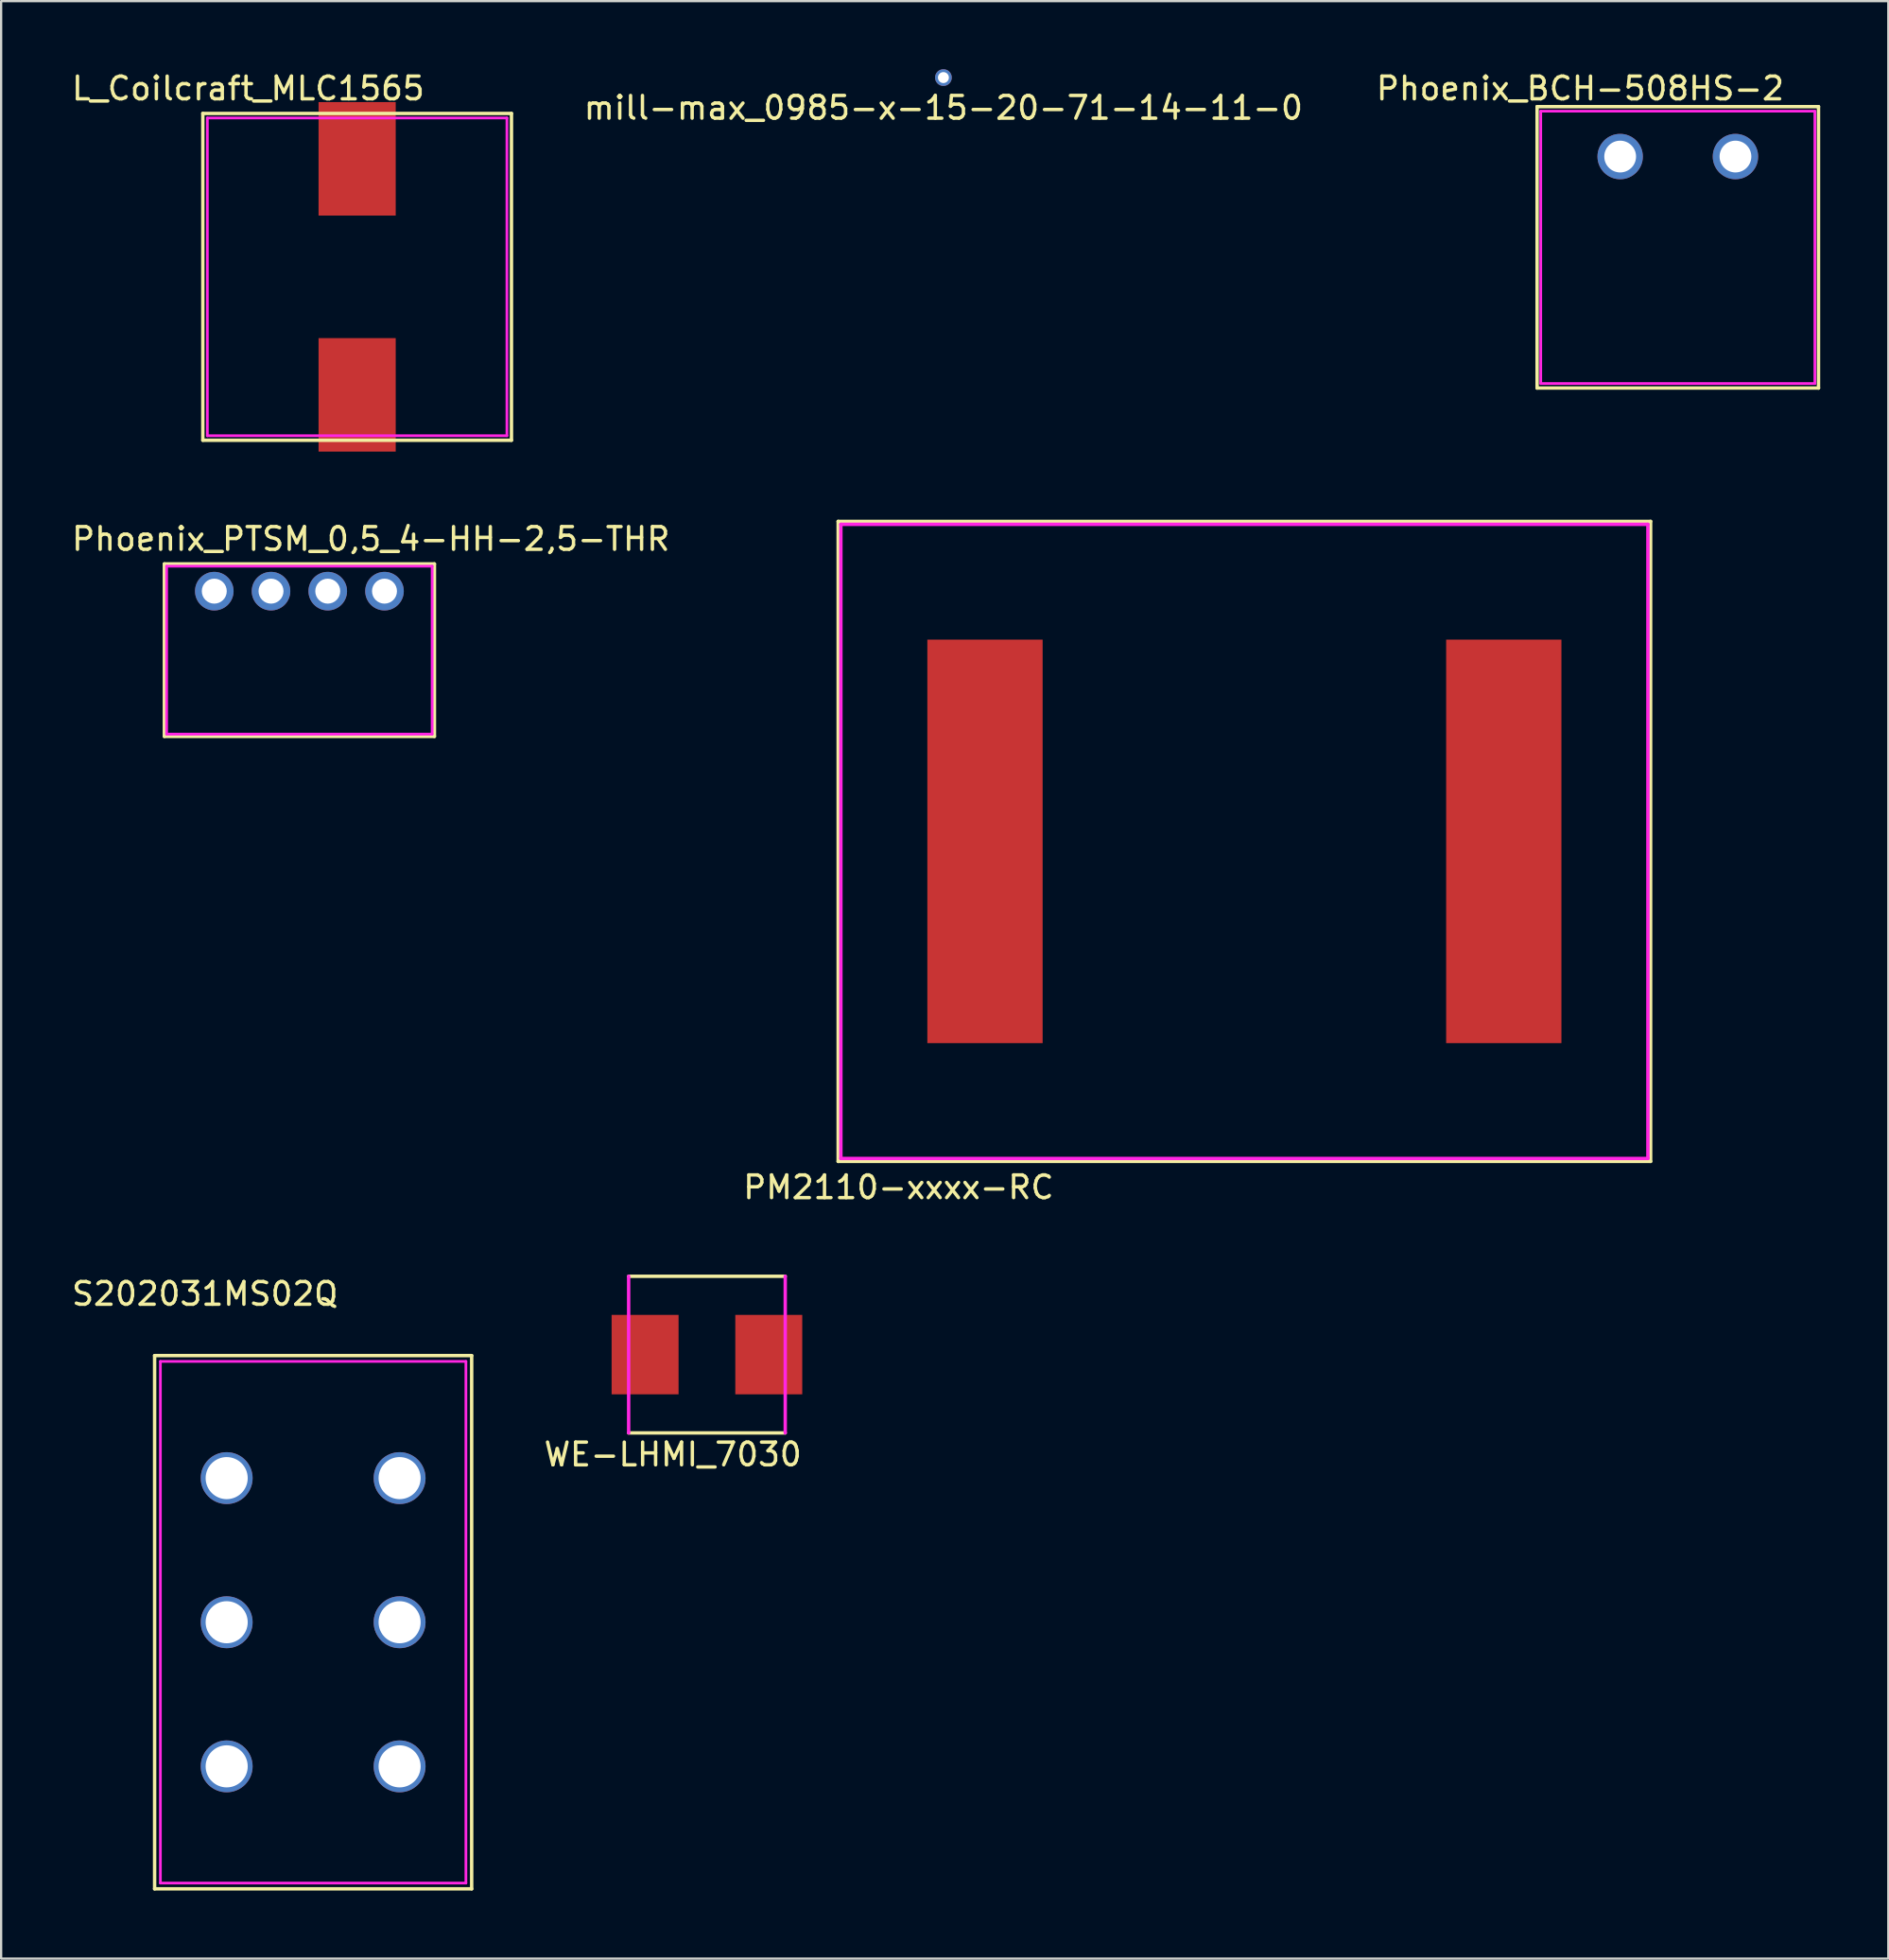
<source format=kicad_pcb>
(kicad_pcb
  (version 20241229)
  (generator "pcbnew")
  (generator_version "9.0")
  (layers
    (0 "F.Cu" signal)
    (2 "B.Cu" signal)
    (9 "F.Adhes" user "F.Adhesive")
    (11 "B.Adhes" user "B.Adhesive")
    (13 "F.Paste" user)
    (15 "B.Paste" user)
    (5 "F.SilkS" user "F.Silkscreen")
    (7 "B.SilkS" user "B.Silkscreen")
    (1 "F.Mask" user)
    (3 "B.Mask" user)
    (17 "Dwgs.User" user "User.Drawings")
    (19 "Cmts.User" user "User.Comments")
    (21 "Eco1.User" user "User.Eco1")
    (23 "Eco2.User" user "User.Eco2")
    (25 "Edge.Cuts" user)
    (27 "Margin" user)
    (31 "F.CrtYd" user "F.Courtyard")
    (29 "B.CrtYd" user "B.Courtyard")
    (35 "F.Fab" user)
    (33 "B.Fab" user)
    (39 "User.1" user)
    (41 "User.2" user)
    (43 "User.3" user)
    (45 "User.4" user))
  (footprint "L_Coilcraft_MLC1565"
    (layer "F.Cu")
    (at 12.687 9.148)
    (property "Reference" "L_Coilcraft_MLC1565" (at -4.8 -8.3 0) (layer "F.SilkS") (effects (font (size 1 1) (thickness 0.15))))
    (attr through_hole)
    (fp_line (start -6.8 -7.2) (end -6.8 7.2) (stroke (width 0.15) (type solid)) (layer "F.SilkS"))
    (fp_line (start -6.8 7.2) (end 6.8 7.2) (stroke (width 0.15) (type solid)) (layer "F.SilkS"))
    (fp_line (start 6.8 -7.2) (end -6.8 -7.2) (stroke (width 0.15) (type solid)) (layer "F.SilkS"))
    (fp_line (start 6.8 7.2) (end 6.8 -7.2) (stroke (width 0.15) (type solid)) (layer "F.SilkS"))
    (fp_line (start -6.6 -7) (end 6.6 -7) (stroke (width 0.12) (type solid)) (layer "F.CrtYd"))
    (fp_line (start -6.6 7) (end -6.6 -7) (stroke (width 0.12) (type solid)) (layer "F.CrtYd"))
    (fp_line (start 6.6 7) (end -6.6 7) (stroke (width 0.12) (type solid)) (layer "F.CrtYd"))
    (fp_line (start 6.6 7) (end 6.6 -7) (stroke (width 0.12) (type solid)) (layer "F.CrtYd"))
    (pad "1" smd rect (at 0 -5.2) (size 3.4 5) (layers "F.Cu" "F.Mask" "F.Paste"))
    (pad "2" smd rect (at 0 5.2) (size 3.4 5) (layers "F.Cu" "F.Mask" "F.Paste")))
  (footprint "WE-LHMI_7030"
    (layer "F.Cu")
    (at 28.1 56.636)
    (property "Reference" "WE-LHMI_7030" (at -1.5 4.4 0) (layer "F.SilkS") (effects (font (size 1 1) (thickness 0.15))))
    (attr through_hole)
    (fp_line (start 3.45 -3.45) (end -3.45 -3.45) (stroke (width 0.15) (type solid)) (layer "F.SilkS"))
    (fp_line (start 3.45 3.45) (end -3.45 3.45) (stroke (width 0.15) (type solid)) (layer "F.SilkS"))
    (fp_line (start -3.45 3.45) (end -3.45 -3.45) (stroke (width 0.15) (type solid)) (layer "F.CrtYd"))
    (fp_line (start 3.45 3.45) (end 3.45 -3.45) (stroke (width 0.15) (type solid)) (layer "F.CrtYd"))
    (pad "1" smd rect (at -2.725 0) (size 2.95 3.5) (layers "F.Cu" "F.Mask" "F.Paste"))
    (pad "2" smd rect (at 2.725 0) (size 2.95 3.5) (layers "F.Cu" "F.Mask" "F.Paste")))
  (footprint "mill-max_0985-x-15-20-71-14-11-0"
    (layer "F.Cu")
    (at 38.52 0.368)
    (property "Reference" "mill-max_0985-x-15-20-71-14-11-0" (at 0 1.333 0) (layer "F.SilkS") (effects (font (size 1 1) (thickness 0.15))))
    (attr through_hole)
    (pad "1" thru_hole circle (at 0 0) (size 0.737 0.737) (drill 0.483) (layers "*.Cu" "*.Mask")))
  (footprint "Phoenix_PTSM_0,5_4-HH-2,5-THR"
    (layer "F.Cu")
    (at 11.392 22.997)
    (property "Reference" "Phoenix_PTSM_0,5_4-HH-2,5-THR" (at 1.9 -2.3 0) (layer "F.SilkS") (effects (font (size 1 1) (thickness 0.15))))
    (attr through_hole)
    (fp_line (start -7.2 6.4) (end -7.2 -1.2) (stroke (width 0.15) (type solid)) (layer "F.SilkS"))
    (fp_line (start -7.2 6.4) (end 4.7 6.4) (stroke (width 0.15) (type solid)) (layer "F.SilkS"))
    (fp_line (start 4.7 -1.2) (end -7.2 -1.2) (stroke (width 0.15) (type solid)) (layer "F.SilkS"))
    (fp_line (start 4.7 6.4) (end 4.7 -1.2) (stroke (width 0.15) (type solid)) (layer "F.SilkS"))
    (fp_line (start -7.1 -1.1) (end -7.1 6.3) (stroke (width 0.12) (type solid)) (layer "F.CrtYd"))
    (fp_line (start -7.1 -1.1) (end 4.6 -1.1) (stroke (width 0.12) (type solid)) (layer "F.CrtYd"))
    (fp_line (start 4.6 -1.1) (end 4.6 6.3) (stroke (width 0.12) (type solid)) (layer "F.CrtYd"))
    (fp_line (start 4.6 6.3) (end -7.1 6.3) (stroke (width 0.12) (type solid)) (layer "F.CrtYd"))
    (pad "1" thru_hole circle (at -5 0) (size 1.7 1.7) (drill 1.1) (layers "*.Cu" "*.Mask"))
    (pad "2" thru_hole circle (at -2.5 0) (size 1.7 1.7) (drill 1.1) (layers "*.Cu" "*.Mask"))
    (pad "3" thru_hole circle (at 0 0) (size 1.7 1.7) (drill 1.1) (layers "*.Cu" "*.Mask"))
    (pad "4" thru_hole circle (at 2.5 0) (size 1.7 1.7) (drill 1.1) (layers "*.Cu" "*.Mask")))
  (footprint "PM2110-xxxx-RC"
    (layer "F.Cu")
    (at 51.782 34.023)
    (property "Reference" "PM2110-xxxx-RC" (at -15.24 15.24 0) (layer "F.SilkS") (effects (font (size 1 1) (thickness 0.15))))
    (attr through_hole)
    (fp_line (start -17.9 -14.1) (end 17.9 -14.1) (stroke (width 0.15) (type solid)) (layer "F.SilkS"))
    (fp_line (start -17.9 14.1) (end -17.9 -14.1) (stroke (width 0.15) (type solid)) (layer "F.SilkS"))
    (fp_line (start 17.9 -14.1) (end 17.9 14.1) (stroke (width 0.15) (type solid)) (layer "F.SilkS"))
    (fp_line (start 17.9 14.1) (end -17.9 14.1) (stroke (width 0.15) (type solid)) (layer "F.SilkS"))
    (fp_line (start -17.78 -13.97) (end 17.78 -13.97) (stroke (width 0.15) (type solid)) (layer "F.CrtYd"))
    (fp_line (start -17.78 13.97) (end -17.78 -13.97) (stroke (width 0.15) (type solid)) (layer "F.CrtYd"))
    (fp_line (start 17.78 -13.97) (end 17.78 13.97) (stroke (width 0.15) (type solid)) (layer "F.CrtYd"))
    (fp_line (start 17.78 13.97) (end -17.78 13.97) (stroke (width 0.15) (type solid)) (layer "F.CrtYd"))
    (pad "1" smd rect (at -11.43 0) (size 5.08 17.78) (layers "F.Cu" "F.Mask" "F.Paste"))
    (pad "2" smd rect (at 11.43 0) (size 5.08 17.78) (layers "F.Cu" "F.Mask" "F.Paste")))
  (footprint "Phoenix_BCH-508HS-2"
    (layer "F.Cu")
    (at 70.88 3.848)
    (property "Reference" "Phoenix_BCH-508HS-2" (at -4.3 -3 0) (layer "F.SilkS") (effects (font (size 1 1) (thickness 0.15))))
    (attr through_hole)
    (fp_line (start -6.2 -2.2) (end -6.2 10.2) (stroke (width 0.15) (type solid)) (layer "F.SilkS"))
    (fp_line (start -6.2 10.2) (end 6.2 10.2) (stroke (width 0.15) (type solid)) (layer "F.SilkS"))
    (fp_line (start 6.2 -2.2) (end -6.2 -2.2) (stroke (width 0.15) (type solid)) (layer "F.SilkS"))
    (fp_line (start 6.2 10.2) (end 6.2 -2.2) (stroke (width 0.15) (type solid)) (layer "F.SilkS"))
    (fp_line (start -6.04 10) (end -6.04 -2) (stroke (width 0.12) (type solid)) (layer "F.CrtYd"))
    (fp_line (start -6.04 10) (end 6.04 10) (stroke (width 0.12) (type solid)) (layer "F.CrtYd"))
    (fp_line (start 6.04 -2) (end -6.04 -2) (stroke (width 0.12) (type solid)) (layer "F.CrtYd"))
    (fp_line (start 6.04 10) (end 6.04 -2) (stroke (width 0.12) (type solid)) (layer "F.CrtYd"))
    (pad "1" thru_hole circle (at -2.54 0) (size 2 2) (drill 1.4) (layers "*.Cu" "*.Mask"))
    (pad "2" thru_hole circle (at 2.54 0) (size 2 2) (drill 1.4) (layers "*.Cu" "*.Mask")))
  (footprint "S202031MS02Q"
    (layer "F.Cu")
    (at 10.748 68.428)
    (property "Reference" "S202031MS02Q" (at -4.766 -14.468 0) (layer "F.SilkS") (effects (font (size 1 1) (thickness 0.15))))
    (attr through_hole)
    (fp_line (start -6.985 -11.748) (end 6.985 -11.748) (stroke (width 0.15) (type solid)) (layer "F.SilkS"))
    (fp_line (start -6.985 11.748) (end -6.985 -11.748) (stroke (width 0.15) (type solid)) (layer "F.SilkS"))
    (fp_line (start -6.985 11.748) (end 6.985 11.748) (stroke (width 0.15) (type solid)) (layer "F.SilkS"))
    (fp_line (start 6.985 11.748) (end 6.985 -11.748) (stroke (width 0.15) (type solid)) (layer "F.SilkS"))
    (fp_line (start -6.731 -11.493) (end -6.731 11.493) (stroke (width 0.12) (type solid)) (layer "F.CrtYd"))
    (fp_line (start -6.731 11.493) (end 6.731 11.493) (stroke (width 0.12) (type solid)) (layer "F.CrtYd"))
    (fp_line (start 6.731 -11.493) (end -6.731 -11.493) (stroke (width 0.12) (type solid)) (layer "F.CrtYd"))
    (fp_line (start 6.731 11.493) (end 6.731 -11.493) (stroke (width 0.12) (type solid)) (layer "F.CrtYd"))
    (pad "1" thru_hole circle (at -3.81 -6.35) (size 2.286 2.286) (drill 1.854) (layers "*.Cu" "*.Mask"))
    (pad "2" thru_hole circle (at -3.81 0) (size 2.286 2.286) (drill 1.854) (layers "*.Cu" "*.Mask"))
    (pad "3" thru_hole circle (at -3.81 6.35) (size 2.286 2.286) (drill 1.854) (layers "*.Cu" "*.Mask"))
    (pad "4" thru_hole circle (at 3.81 -6.35) (size 2.286 2.286) (drill 1.854) (layers "*.Cu" "*.Mask"))
    (pad "5" thru_hole circle (at 3.81 0) (size 2.286 2.286) (drill 1.854) (layers "*.Cu" "*.Mask"))
    (pad "6" thru_hole circle (at 3.81 6.35) (size 2.286 2.286) (drill 1.854) (layers "*.Cu" "*.Mask")))
  (gr_rect
    (start -3 -3)
    (end 80.155 83.25)
    (stroke (width 0.1) (type default))
    (fill no)
    (layer "Edge.Cuts")))
</source>
